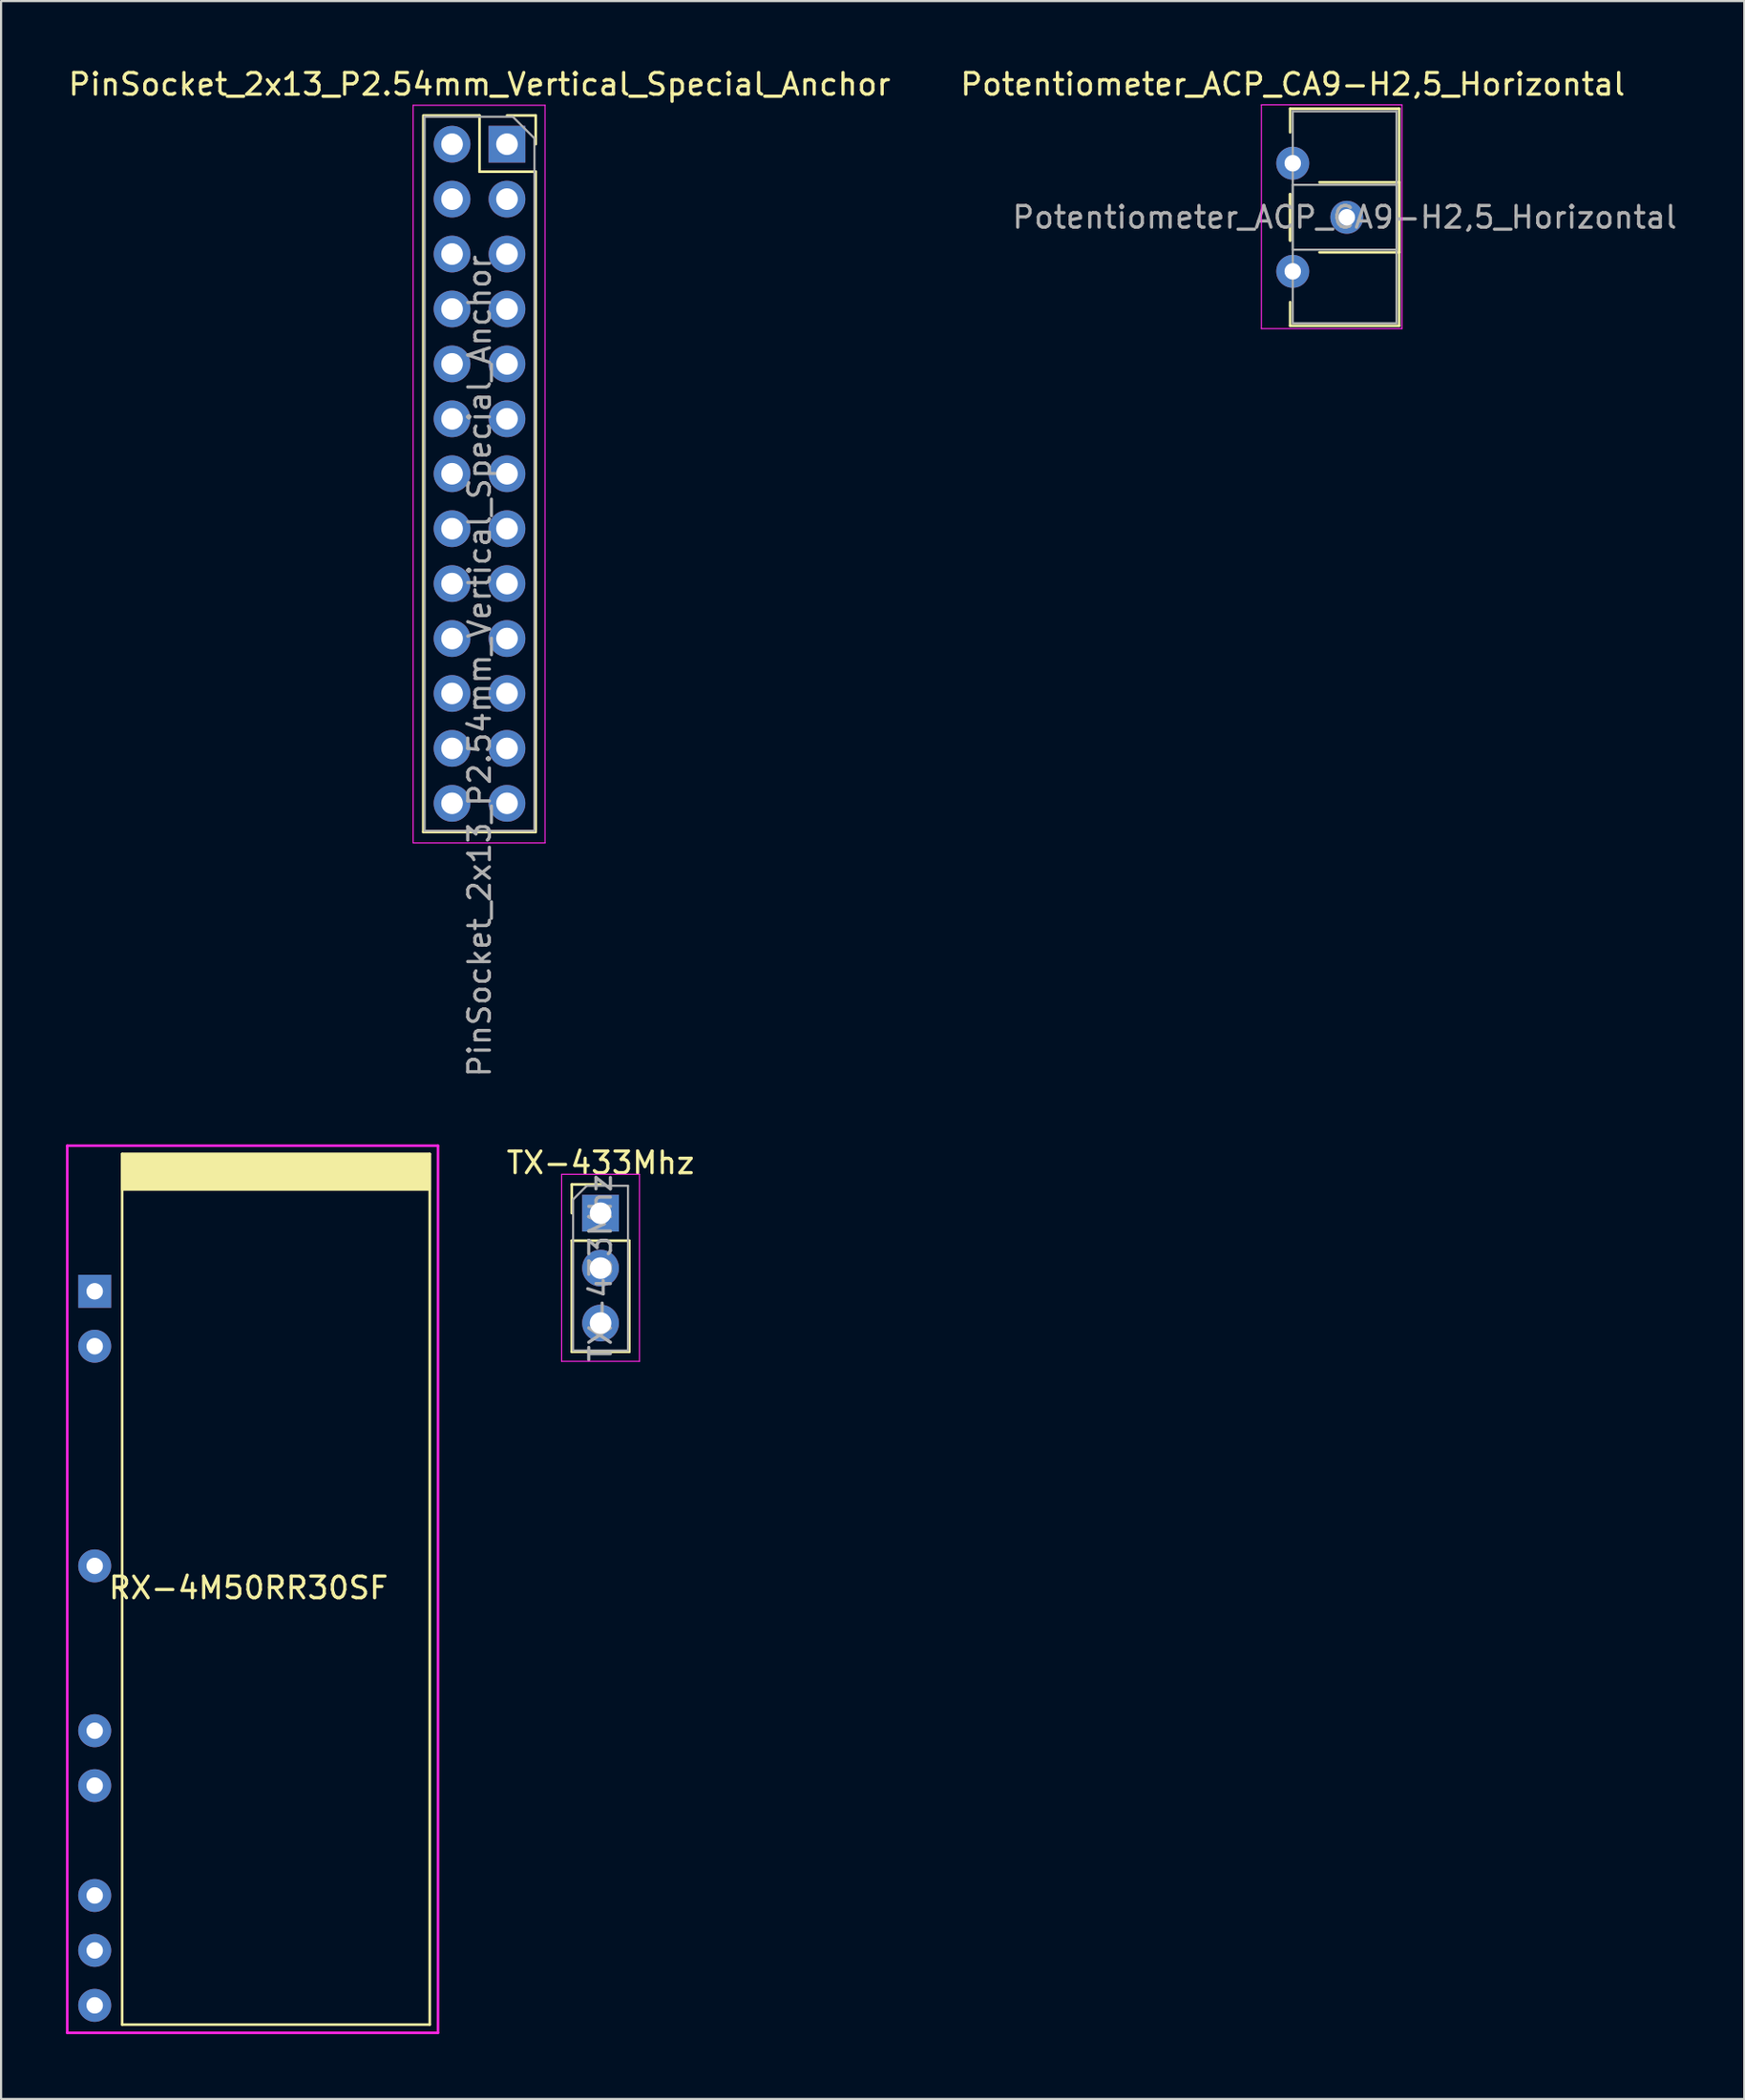
<source format=kicad_pcb>
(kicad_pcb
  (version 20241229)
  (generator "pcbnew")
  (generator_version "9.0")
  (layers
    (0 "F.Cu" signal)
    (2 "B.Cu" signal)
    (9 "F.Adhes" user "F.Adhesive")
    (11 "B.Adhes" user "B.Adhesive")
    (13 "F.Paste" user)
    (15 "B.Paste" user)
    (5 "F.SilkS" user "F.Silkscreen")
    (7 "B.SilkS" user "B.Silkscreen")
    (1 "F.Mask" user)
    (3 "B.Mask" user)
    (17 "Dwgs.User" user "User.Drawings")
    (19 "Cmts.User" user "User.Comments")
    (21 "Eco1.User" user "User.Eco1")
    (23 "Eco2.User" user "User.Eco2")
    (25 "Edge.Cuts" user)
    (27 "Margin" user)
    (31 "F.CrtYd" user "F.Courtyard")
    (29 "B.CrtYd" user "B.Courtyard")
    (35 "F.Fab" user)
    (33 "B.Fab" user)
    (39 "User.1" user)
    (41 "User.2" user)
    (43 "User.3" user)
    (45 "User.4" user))
  (footprint "RX-4M50RR30SF"
    (layer "F.Cu")
    (at 1.33 56.663)
    (property "Reference" "RX-4M50RR30SF" (at 7.112 13.716 0) (layer "F.SilkS") (effects (font (size 1 1) (thickness 0.15))))
    (attr through_hole)
    (fp_line (start 1.27 -6.35) (end 15.494 -6.35) (stroke (width 0.12) (type solid)) (layer "F.SilkS"))
    (fp_line (start 1.27 33.909) (end 1.27 -6.35) (stroke (width 0.12) (type solid)) (layer "F.SilkS"))
    (fp_line (start 1.27 33.909) (end 15.494 33.909) (stroke (width 0.12) (type solid)) (layer "F.SilkS"))
    (fp_line (start 15.494 -6.35) (end 15.494 33.909) (stroke (width 0.12) (type solid)) (layer "F.SilkS"))
    (fp_poly (pts (xy 15.494 -4.699) (xy 1.27 -4.699) (xy 1.27 -6.35) (xy 15.494 -6.35)) (stroke (width 0.1) (type solid)) (fill yes) (layer "F.SilkS"))
    (fp_line (start -1.27 -6.73) (end 15.874 -6.73) (stroke (width 0.12) (type solid)) (layer "F.CrtYd"))
    (fp_line (start -1.27 34.29) (end -1.27 -6.73) (stroke (width 0.12) (type solid)) (layer "F.CrtYd"))
    (fp_line (start -1.27 34.29) (end 15.874 34.29) (stroke (width 0.12) (type solid)) (layer "F.CrtYd"))
    (fp_line (start 15.874 -6.73) (end 15.874 34.29) (stroke (width 0.12) (type solid)) (layer "F.CrtYd"))
    (pad "2" thru_hole rect (at 0 0) (size 1.524 1.524) (drill 0.762) (layers "*.Cu" "*.Mask"))
    (pad "3" thru_hole circle (at 0 2.54) (size 1.524 1.524) (drill 0.762) (layers "*.Cu" "*.Mask"))
    (pad "7" thru_hole circle (at 0 12.7) (size 1.524 1.524) (drill 0.762) (layers "*.Cu" "*.Mask"))
    (pad "10" thru_hole circle (at 0 20.32) (size 1.524 1.524) (drill 0.762) (layers "*.Cu" "*.Mask"))
    (pad "11" thru_hole circle (at 0 22.86) (size 1.524 1.524) (drill 0.762) (layers "*.Cu" "*.Mask"))
    (pad "13" thru_hole circle (at 0 27.94) (size 1.524 1.524) (drill 0.762) (layers "*.Cu" "*.Mask"))
    (pad "14" thru_hole circle (at 0 30.48) (size 1.524 1.524) (drill 0.762) (layers "*.Cu" "*.Mask"))
    (pad "15" thru_hole circle (at 0 33.02) (size 1.524 1.524) (drill 0.762) (layers "*.Cu" "*.Mask")))
  (footprint "TX-433Mhz"
    (layer "F.Cu")
    (at 24.722 53.052)
    (property "Reference" "TX-433Mhz" (at 0 -2.33 0) (layer "F.SilkS") (effects (font (size 1 1) (thickness 0.15))))
    (attr through_hole)
    (fp_line (start -1.33 -1.33) (end 0 -1.33) (stroke (width 0.12) (type solid)) (layer "F.SilkS"))
    (fp_line (start -1.33 0) (end -1.33 -1.33) (stroke (width 0.12) (type solid)) (layer "F.SilkS"))
    (fp_line (start -1.33 1.27) (end -1.33 6.41) (stroke (width 0.12) (type solid)) (layer "F.SilkS"))
    (fp_line (start -1.33 1.27) (end 1.33 1.27) (stroke (width 0.12) (type solid)) (layer "F.SilkS"))
    (fp_line (start -1.33 6.41) (end 1.33 6.41) (stroke (width 0.12) (type solid)) (layer "F.SilkS"))
    (fp_line (start 1.33 1.27) (end 1.33 6.41) (stroke (width 0.12) (type solid)) (layer "F.SilkS"))
    (fp_line (start -1.8 -1.8) (end -1.8 6.85) (stroke (width 0.05) (type solid)) (layer "F.CrtYd"))
    (fp_line (start -1.8 6.85) (end 1.8 6.85) (stroke (width 0.05) (type solid)) (layer "F.CrtYd"))
    (fp_line (start 1.8 -1.8) (end -1.8 -1.8) (stroke (width 0.05) (type solid)) (layer "F.CrtYd"))
    (fp_line (start 1.8 6.85) (end 1.8 -1.8) (stroke (width 0.05) (type solid)) (layer "F.CrtYd"))
    (fp_line (start -1.27 -0.635) (end -0.635 -1.27) (stroke (width 0.1) (type solid)) (layer "F.Fab"))
    (fp_line (start -1.27 6.35) (end -1.27 -0.635) (stroke (width 0.1) (type solid)) (layer "F.Fab"))
    (fp_line (start -0.635 -1.27) (end 1.27 -1.27) (stroke (width 0.1) (type solid)) (layer "F.Fab"))
    (fp_line (start 1.27 -1.27) (end 1.27 6.35) (stroke (width 0.1) (type solid)) (layer "F.Fab"))
    (fp_line (start 1.27 6.35) (end -1.27 6.35) (stroke (width 0.1) (type solid)) (layer "F.Fab"))
    (fp_text user "${REFERENCE}" (at 0 2.54 90) (layer "F.Fab") (effects (font (size 1 1) (thickness 0.15))))
    (pad "1" thru_hole rect (at 0 0) (size 1.7 1.7) (drill 1) (layers "*.Cu" "*.Mask"))
    (pad "2" thru_hole oval (at 0 2.54) (size 1.7 1.7) (drill 1) (layers "*.Cu" "*.Mask"))
    (pad "3" thru_hole oval (at 0 5.08) (size 1.7 1.7) (drill 1) (layers "*.Cu" "*.Mask")))
  (footprint "PinSocket_2x13_P2.54mm_Vertical_Special_Anchor"
    (layer "F.Cu")
    (at 19.125 27.748)
    (property "Reference" "PinSocket_2x13_P2.54mm_Vertical_Special_Anchor" (at 0 -26.9 0) (layer "F.SilkS") (effects (font (size 1 1) (thickness 0.15))))
    (attr through_hole)
    (fp_line (start -2.6 -25.46) (end 0 -25.46) (stroke (width 0.12) (type solid)) (layer "F.SilkS"))
    (fp_line (start -2.6 -25.4) (end -2.6 7.68) (stroke (width 0.12) (type solid)) (layer "F.SilkS"))
    (fp_line (start -2.6 7.68) (end 2.6 7.68) (stroke (width 0.12) (type solid)) (layer "F.SilkS"))
    (fp_line (start 0 -25.46) (end 0 -22.86) (stroke (width 0.12) (type solid)) (layer "F.SilkS"))
    (fp_line (start 0 -22.86) (end 2.6 -22.86) (stroke (width 0.12) (type solid)) (layer "F.SilkS"))
    (fp_line (start 1.27 -25.46) (end 2.6 -25.46) (stroke (width 0.12) (type solid)) (layer "F.SilkS"))
    (fp_line (start 2.6 -25.46) (end 2.6 -24.13) (stroke (width 0.12) (type solid)) (layer "F.SilkS"))
    (fp_line (start 2.6 -22.86) (end 2.6 7.62) (stroke (width 0.12) (type solid)) (layer "F.SilkS"))
    (fp_line (start -3.07 -25.93) (end 3.03 -25.93) (stroke (width 0.05) (type solid)) (layer "F.CrtYd"))
    (fp_line (start -3.07 8.18) (end -3.07 -25.93) (stroke (width 0.05) (type solid)) (layer "F.CrtYd"))
    (fp_line (start 3.03 -25.93) (end 3.03 8.18) (stroke (width 0.05) (type solid)) (layer "F.CrtYd"))
    (fp_line (start 3.03 8.18) (end -3.07 8.18) (stroke (width 0.05) (type solid)) (layer "F.CrtYd"))
    (fp_line (start -2.54 -25.4) (end 1.54 -25.4) (stroke (width 0.1) (type solid)) (layer "F.Fab"))
    (fp_line (start -2.54 7.62) (end -2.54 -25.4) (stroke (width 0.1) (type solid)) (layer "F.Fab"))
    (fp_line (start 1.54 -25.4) (end 2.54 -24.4) (stroke (width 0.1) (type solid)) (layer "F.Fab"))
    (fp_line (start 2.54 -24.4) (end 2.54 7.62) (stroke (width 0.1) (type solid)) (layer "F.Fab"))
    (fp_line (start 2.54 7.62) (end -2.54 7.62) (stroke (width 0.1) (type solid)) (layer "F.Fab"))
    (fp_text user "${REFERENCE}" (at 0 0 90) (layer "F.Fab") (effects (font (size 1 1) (thickness 0.15))))
    (pad "1" thru_hole rect (at 1.27 -24.13) (size 1.7 1.7) (drill 1) (layers "*.Cu" "*.Mask"))
    (pad "2" thru_hole oval (at -1.27 -24.13) (size 1.7 1.7) (drill 1) (layers "*.Cu" "*.Mask"))
    (pad "3" thru_hole oval (at 1.27 -21.59) (size 1.7 1.7) (drill 1) (layers "*.Cu" "*.Mask"))
    (pad "4" thru_hole oval (at -1.27 -21.59) (size 1.7 1.7) (drill 1) (layers "*.Cu" "*.Mask"))
    (pad "5" thru_hole oval (at 1.27 -19.05) (size 1.7 1.7) (drill 1) (layers "*.Cu" "*.Mask"))
    (pad "6" thru_hole oval (at -1.27 -19.05) (size 1.7 1.7) (drill 1) (layers "*.Cu" "*.Mask"))
    (pad "7" thru_hole oval (at 1.27 -16.51) (size 1.7 1.7) (drill 1) (layers "*.Cu" "*.Mask"))
    (pad "8" thru_hole oval (at -1.27 -16.51) (size 1.7 1.7) (drill 1) (layers "*.Cu" "*.Mask"))
    (pad "9" thru_hole oval (at 1.27 -13.97) (size 1.7 1.7) (drill 1) (layers "*.Cu" "*.Mask"))
    (pad "10" thru_hole oval (at -1.27 -13.97) (size 1.7 1.7) (drill 1) (layers "*.Cu" "*.Mask"))
    (pad "11" thru_hole oval (at 1.27 -11.43) (size 1.7 1.7) (drill 1) (layers "*.Cu" "*.Mask"))
    (pad "12" thru_hole oval (at -1.27 -11.43) (size 1.7 1.7) (drill 1) (layers "*.Cu" "*.Mask"))
    (pad "13" thru_hole oval (at 1.27 -8.89) (size 1.7 1.7) (drill 1) (layers "*.Cu" "*.Mask"))
    (pad "14" thru_hole oval (at -1.27 -8.89) (size 1.7 1.7) (drill 1) (layers "*.Cu" "*.Mask"))
    (pad "15" thru_hole oval (at 1.27 -6.35) (size 1.7 1.7) (drill 1) (layers "*.Cu" "*.Mask"))
    (pad "16" thru_hole oval (at -1.27 -6.35) (size 1.7 1.7) (drill 1) (layers "*.Cu" "*.Mask"))
    (pad "17" thru_hole oval (at 1.27 -3.81) (size 1.7 1.7) (drill 1) (layers "*.Cu" "*.Mask"))
    (pad "18" thru_hole oval (at -1.27 -3.81) (size 1.7 1.7) (drill 1) (layers "*.Cu" "*.Mask"))
    (pad "19" thru_hole oval (at 1.27 -1.27) (size 1.7 1.7) (drill 1) (layers "*.Cu" "*.Mask"))
    (pad "20" thru_hole oval (at -1.27 -1.27) (size 1.7 1.7) (drill 1) (layers "*.Cu" "*.Mask"))
    (pad "21" thru_hole oval (at 1.27 1.27) (size 1.7 1.7) (drill 1) (layers "*.Cu" "*.Mask"))
    (pad "22" thru_hole oval (at -1.27 1.27) (size 1.7 1.7) (drill 1) (layers "*.Cu" "*.Mask"))
    (pad "23" thru_hole oval (at 1.27 3.81) (size 1.7 1.7) (drill 1) (layers "*.Cu" "*.Mask"))
    (pad "24" thru_hole oval (at -1.27 3.81) (size 1.7 1.7) (drill 1) (layers "*.Cu" "*.Mask"))
    (pad "25" thru_hole oval (at 1.27 6.35) (size 1.7 1.7) (drill 1) (layers "*.Cu" "*.Mask"))
    (pad "26" thru_hole oval (at -1.27 6.35) (size 1.7 1.7) (drill 1) (layers "*.Cu" "*.Mask")))
  (footprint "Potentiometer_ACP_CA9-H2,5_Horizontal"
    (layer "F.Cu")
    (at 56.732 4.498)
    (property "Reference" "Potentiometer_ACP_CA9-H2,5_Horizontal" (at 0 -3.65 0) (layer "F.SilkS") (effects (font (size 1 1) (thickness 0.15))))
    (attr through_hole)
    (fp_line (start -0.121 -2.521) (end -0.121 -1.426) (stroke (width 0.12) (type solid)) (layer "F.SilkS"))
    (fp_line (start -0.121 -2.521) (end 4.92 -2.521) (stroke (width 0.12) (type solid)) (layer "F.SilkS"))
    (fp_line (start -0.121 1.426) (end -0.121 3.575) (stroke (width 0.12) (type solid)) (layer "F.SilkS"))
    (fp_line (start -0.121 1.426) (end -0.121 3.575) (stroke (width 0.12) (type solid)) (layer "F.SilkS"))
    (fp_line (start -0.121 6.425) (end -0.121 7.52) (stroke (width 0.12) (type solid)) (layer "F.SilkS"))
    (fp_line (start -0.121 7.52) (end 4.92 7.52) (stroke (width 0.12) (type solid)) (layer "F.SilkS"))
    (fp_line (start 1.237 0.88) (end 4.92 0.88) (stroke (width 0.12) (type solid)) (layer "F.SilkS"))
    (fp_line (start 1.237 4.12) (end 4.92 4.12) (stroke (width 0.12) (type solid)) (layer "F.SilkS"))
    (fp_line (start 4.92 -2.521) (end 4.92 7.52) (stroke (width 0.12) (type solid)) (layer "F.SilkS"))
    (fp_line (start 4.92 0.88) (end 4.92 4.12) (stroke (width 0.12) (type solid)) (layer "F.SilkS"))
    (fp_line (start -1.45 -2.7) (end -1.45 7.65) (stroke (width 0.05) (type solid)) (layer "F.CrtYd"))
    (fp_line (start -1.45 7.65) (end 5.05 7.65) (stroke (width 0.05) (type solid)) (layer "F.CrtYd"))
    (fp_line (start 5.05 -2.7) (end -1.45 -2.7) (stroke (width 0.05) (type solid)) (layer "F.CrtYd"))
    (fp_line (start 5.05 7.65) (end 5.05 -2.7) (stroke (width 0.05) (type solid)) (layer "F.CrtYd"))
    (fp_line (start 0 -2.4) (end 4.8 -2.4) (stroke (width 0.1) (type solid)) (layer "F.Fab"))
    (fp_line (start 0 1) (end 0 4) (stroke (width 0.1) (type solid)) (layer "F.Fab"))
    (fp_line (start 0 4) (end 4.8 4) (stroke (width 0.1) (type solid)) (layer "F.Fab"))
    (fp_line (start 0 7.4) (end 0 -2.4) (stroke (width 0.1) (type solid)) (layer "F.Fab"))
    (fp_line (start 4.8 -2.4) (end 4.8 7.4) (stroke (width 0.1) (type solid)) (layer "F.Fab"))
    (fp_line (start 4.8 1) (end 0 1) (stroke (width 0.1) (type solid)) (layer "F.Fab"))
    (fp_line (start 4.8 4) (end 4.8 1) (stroke (width 0.1) (type solid)) (layer "F.Fab"))
    (fp_line (start 4.8 7.4) (end 0 7.4) (stroke (width 0.1) (type solid)) (layer "F.Fab"))
    (fp_text user "${REFERENCE}" (at 2.4 2.5 0) (layer "F.Fab") (effects (font (size 1 1) (thickness 0.15))))
    (pad "1" thru_hole circle (at 0 0) (size 1.524 1.524) (drill 0.762) (layers "*.Cu" "*.Mask"))
    (pad "2" thru_hole circle (at 2.5 2.5) (size 1.524 1.524) (drill 0.762) (layers "*.Cu" "*.Mask"))
    (pad "3" thru_hole circle (at 0 5) (size 1.524 1.524) (drill 0.762) (layers "*.Cu" "*.Mask")))
  (gr_rect
    (start -3 -3)
    (end 77.614 94.013)
    (stroke (width 0.1) (type default))
    (fill no)
    (layer "Edge.Cuts")))
</source>
